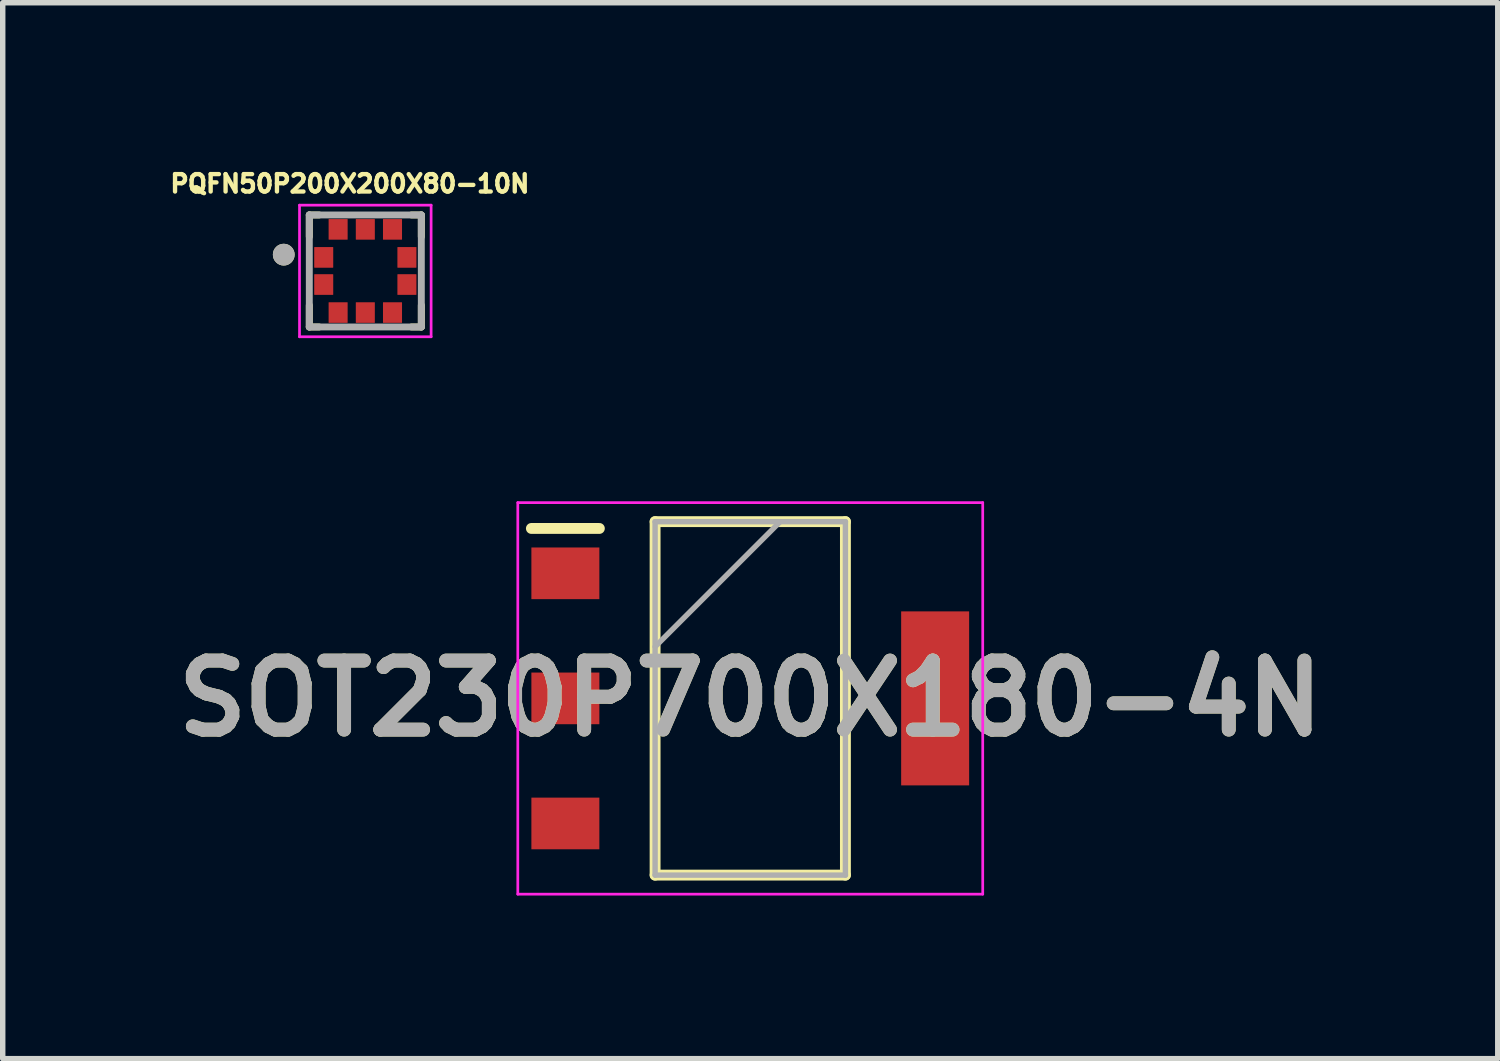
<source format=kicad_pcb>
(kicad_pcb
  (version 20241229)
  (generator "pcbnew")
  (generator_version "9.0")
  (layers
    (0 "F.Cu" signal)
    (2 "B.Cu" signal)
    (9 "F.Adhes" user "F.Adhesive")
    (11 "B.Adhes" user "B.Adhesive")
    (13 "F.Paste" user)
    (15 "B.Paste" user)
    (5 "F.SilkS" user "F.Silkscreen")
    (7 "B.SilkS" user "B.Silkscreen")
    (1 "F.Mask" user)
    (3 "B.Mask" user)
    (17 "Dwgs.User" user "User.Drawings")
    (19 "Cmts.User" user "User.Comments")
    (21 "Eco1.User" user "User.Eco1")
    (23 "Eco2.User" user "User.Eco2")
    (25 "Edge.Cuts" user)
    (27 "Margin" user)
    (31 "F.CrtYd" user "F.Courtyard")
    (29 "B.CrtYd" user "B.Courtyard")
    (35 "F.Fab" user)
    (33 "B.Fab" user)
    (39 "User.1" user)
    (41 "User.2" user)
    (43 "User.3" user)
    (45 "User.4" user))
  (footprint "PQFN50P200X200X80-10N"
    (layer "F.Cu")
    (at 3.668 1.933)
    (property "Reference" "PQFN50P200X200X80-10N" (at -0.284 -1.605 0) (layer "F.SilkS") (effects (font (size 0.32 0.32) (thickness 0.15))))
    (attr through_hole)
    (fp_line (start -1.03 -1.03) (end -0.85 -1.03) (stroke (width 0.127) (type solid)) (layer "F.SilkS"))
    (fp_line (start -1.03 -0.63) (end -1.03 -1.03) (stroke (width 0.127) (type solid)) (layer "F.SilkS"))
    (fp_line (start -1.03 1.03) (end -1.03 0.63) (stroke (width 0.127) (type solid)) (layer "F.SilkS"))
    (fp_line (start -0.85 1.03) (end -1.03 1.03) (stroke (width 0.127) (type solid)) (layer "F.SilkS"))
    (fp_line (start 0.85 -1.03) (end 1.03 -1.03) (stroke (width 0.127) (type solid)) (layer "F.SilkS"))
    (fp_line (start 0.85 1.03) (end 1.03 1.03) (stroke (width 0.127) (type solid)) (layer "F.SilkS"))
    (fp_line (start 1.03 -1.03) (end 1.03 -0.63) (stroke (width 0.127) (type solid)) (layer "F.SilkS"))
    (fp_line (start 1.03 1.03) (end 1.03 0.63) (stroke (width 0.127) (type solid)) (layer "F.SilkS"))
    (fp_circle (center -1.5 -0.3) (end -1.4 -0.3) (stroke (width 0.2) (type solid)) (fill no) (layer "F.SilkS"))
    (fp_line (start -1.21 -1.21) (end 1.21 -1.21) (stroke (width 0.05) (type solid)) (layer "F.CrtYd"))
    (fp_line (start -1.21 1.21) (end -1.21 -1.21) (stroke (width 0.05) (type solid)) (layer "F.CrtYd"))
    (fp_line (start 1.21 -1.21) (end 1.21 1.21) (stroke (width 0.05) (type solid)) (layer "F.CrtYd"))
    (fp_line (start 1.21 1.21) (end -1.21 1.21) (stroke (width 0.05) (type solid)) (layer "F.CrtYd"))
    (fp_line (start -1.03 -1.03) (end 1.03 -1.03) (stroke (width 0.127) (type solid)) (layer "F.Fab"))
    (fp_line (start -1.03 1.03) (end -1.03 -1.03) (stroke (width 0.127) (type solid)) (layer "F.Fab"))
    (fp_line (start 1.03 -1.03) (end 1.03 1.03) (stroke (width 0.127) (type solid)) (layer "F.Fab"))
    (fp_line (start 1.03 1.03) (end -1.03 1.03) (stroke (width 0.127) (type solid)) (layer "F.Fab"))
    (fp_circle (center -1.5 -0.3) (end -1.4 -0.3) (stroke (width 0.2) (type solid)) (fill no) (layer "F.Fab"))
    (pad "1" smd roundrect (at -0.765 -0.25 90) (size 0.38 0.35) (layers "F.Cu" "F.Mask" "F.Paste") (roundrect_rratio 0.02))
    (pad "2" smd roundrect (at -0.765 0.25 90) (size 0.38 0.35) (layers "F.Cu" "F.Mask" "F.Paste") (roundrect_rratio 0.02))
    (pad "3" smd roundrect (at -0.5 0.765 90) (size 0.38 0.35) (layers "F.Cu" "F.Mask" "F.Paste") (roundrect_rratio 0.02))
    (pad "4" smd roundrect (at 0 0.765 90) (size 0.38 0.35) (layers "F.Cu" "F.Mask" "F.Paste") (roundrect_rratio 0.02))
    (pad "5" smd roundrect (at 0.5 0.765 90) (size 0.38 0.35) (layers "F.Cu" "F.Mask" "F.Paste") (roundrect_rratio 0.02))
    (pad "6" smd roundrect (at 0.765 0.25 90) (size 0.38 0.35) (layers "F.Cu" "F.Mask" "F.Paste") (roundrect_rratio 0.02))
    (pad "7" smd roundrect (at 0.765 -0.25 90) (size 0.38 0.35) (layers "F.Cu" "F.Mask" "F.Paste") (roundrect_rratio 0.02))
    (pad "8" smd roundrect (at 0.5 -0.765 90) (size 0.38 0.35) (layers "F.Cu" "F.Mask" "F.Paste") (roundrect_rratio 0.02))
    (pad "9" smd roundrect (at 0 -0.765 90) (size 0.38 0.35) (layers "F.Cu" "F.Mask" "F.Paste") (roundrect_rratio 0.02))
    (pad "10" smd roundrect (at -0.5 -0.765 90) (size 0.38 0.35) (layers "F.Cu" "F.Mask" "F.Paste") (roundrect_rratio 0.02)))
  (footprint "SOT230P700X180-4N"
    (layer "F.Cu")
    (at 10.747 9.793)
    (property "Reference" "SOT230P700X180-4N" (at 0 0 180) (layer "F.SilkS") (effects (font (size 1.27 1.27) (thickness 0.254))))
    (attr smd)
    (fp_line (start -4.025 -3.125) (end -2.775 -3.125) (stroke (width 0.2) (type solid)) (layer "F.SilkS"))
    (fp_line (start -1.75 -3.25) (end 1.75 -3.25) (stroke (width 0.2) (type solid)) (layer "F.SilkS"))
    (fp_line (start -1.75 3.25) (end -1.75 -3.25) (stroke (width 0.2) (type solid)) (layer "F.SilkS"))
    (fp_line (start 1.75 -3.25) (end 1.75 3.25) (stroke (width 0.2) (type solid)) (layer "F.SilkS"))
    (fp_line (start 1.75 3.25) (end -1.75 3.25) (stroke (width 0.2) (type solid)) (layer "F.SilkS"))
    (fp_line (start -4.275 -3.6) (end 4.275 -3.6) (stroke (width 0.05) (type solid)) (layer "F.CrtYd"))
    (fp_line (start -4.275 3.6) (end -4.275 -3.6) (stroke (width 0.05) (type solid)) (layer "F.CrtYd"))
    (fp_line (start 4.275 -3.6) (end 4.275 3.6) (stroke (width 0.05) (type solid)) (layer "F.CrtYd"))
    (fp_line (start 4.275 3.6) (end -4.275 3.6) (stroke (width 0.05) (type solid)) (layer "F.CrtYd"))
    (fp_line (start -1.75 -3.25) (end 1.75 -3.25) (stroke (width 0.1) (type solid)) (layer "F.Fab"))
    (fp_line (start -1.75 -0.95) (end 0.55 -3.25) (stroke (width 0.1) (type solid)) (layer "F.Fab"))
    (fp_line (start -1.75 3.25) (end -1.75 -3.25) (stroke (width 0.1) (type solid)) (layer "F.Fab"))
    (fp_line (start 1.75 -3.25) (end 1.75 3.25) (stroke (width 0.1) (type solid)) (layer "F.Fab"))
    (fp_line (start 1.75 3.25) (end -1.75 3.25) (stroke (width 0.1) (type solid)) (layer "F.Fab"))
    (fp_text user "${REFERENCE}" (at 0 0 180) (layer "F.Fab") (effects (font (size 1.27 1.27) (thickness 0.254))))
    (pad "1" smd rect (at -3.4 -2.3 90) (size 0.95 1.25) (layers "F.Cu" "F.Mask" "F.Paste"))
    (pad "2" smd rect (at -3.4 0 90) (size 0.95 1.25) (layers "F.Cu" "F.Mask" "F.Paste"))
    (pad "3" smd rect (at -3.4 2.3 90) (size 0.95 1.25) (layers "F.Cu" "F.Mask" "F.Paste"))
    (pad "4" smd rect (at 3.4 0) (size 1.25 3.2) (layers "F.Cu" "F.Mask" "F.Paste")))
  (gr_rect
    (start -3 -3)
    (end 24.493 16.418)
    (stroke (width 0.1) (type default))
    (fill no)
    (layer "Edge.Cuts")))
</source>
